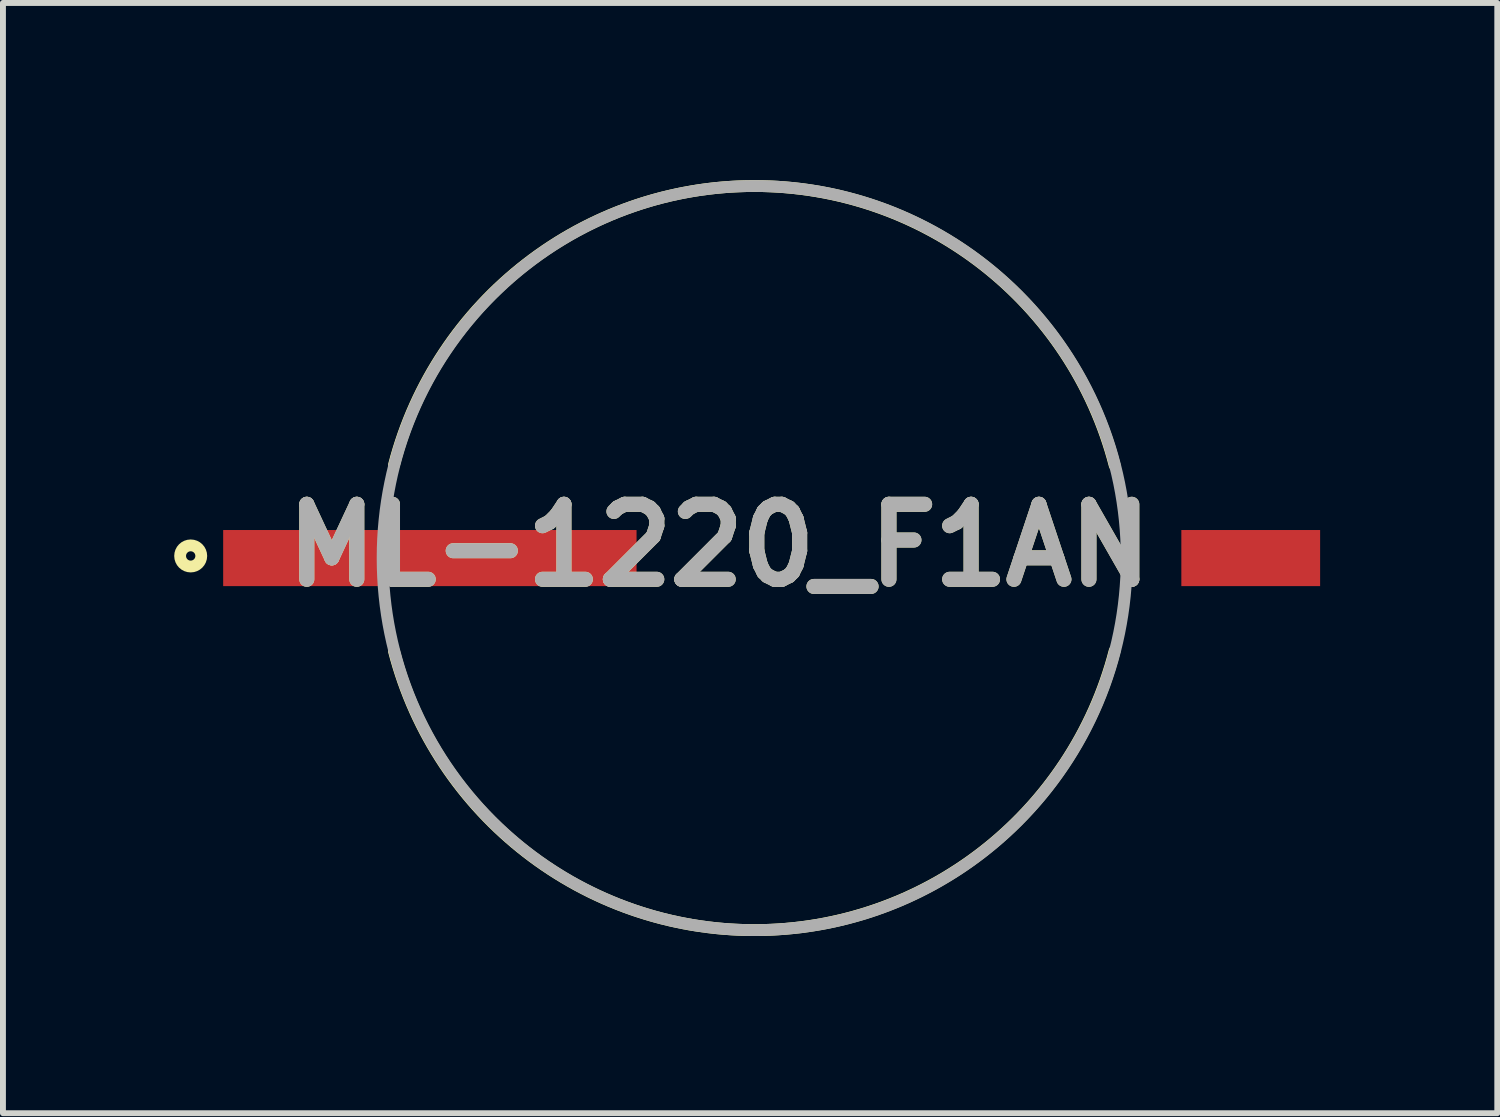
<source format=kicad_pcb>
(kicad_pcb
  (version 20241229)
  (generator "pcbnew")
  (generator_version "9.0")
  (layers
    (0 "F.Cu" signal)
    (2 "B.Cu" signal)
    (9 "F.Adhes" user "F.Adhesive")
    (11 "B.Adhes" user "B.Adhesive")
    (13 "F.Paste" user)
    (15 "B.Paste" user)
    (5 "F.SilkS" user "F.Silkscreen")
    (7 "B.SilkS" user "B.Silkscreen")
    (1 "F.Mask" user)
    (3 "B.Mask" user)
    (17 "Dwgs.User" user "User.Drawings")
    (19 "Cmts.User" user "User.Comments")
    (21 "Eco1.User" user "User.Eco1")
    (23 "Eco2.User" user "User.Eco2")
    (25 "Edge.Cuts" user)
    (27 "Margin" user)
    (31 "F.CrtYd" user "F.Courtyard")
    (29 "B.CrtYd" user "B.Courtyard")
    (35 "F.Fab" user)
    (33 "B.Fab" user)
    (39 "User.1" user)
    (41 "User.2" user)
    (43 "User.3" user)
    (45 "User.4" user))
  (footprint "ML-1220_F1AN"
    (layer "F.Cu")
    (at 9.729 6.4)
    (property "Reference" "ML-1220_F1AN" (at -0.599 -0.215 0) (layer "F.SilkS") (effects (font (size 1.27 1.27) (thickness 0.254))))
    (attr smd)
    (fp_arc (start -6.107 -1.578) (mid -0.004551 -6.300002) (end 6.094976 -1.574226) (stroke (width 0.2) (type solid)) (layer "F.SilkS"))
    (fp_arc (start 6.094976 1.574226) (mid -0.004551 6.300002) (end -6.107 1.578) (stroke (width 0.2) (type solid)) (layer "F.SilkS"))
    (fp_circle (center -9.55 -0.036) (end -9.55 0.043) (stroke (width 0.2) (type solid)) (fill no) (layer "F.SilkS"))
    (fp_circle (center 0 0) (end 0 6.3) (stroke (width 0.2) (type solid)) (fill no) (layer "F.Fab"))
    (fp_text user "${REFERENCE}" (at -0.599 -0.215 0) (layer "F.Fab") (effects (font (size 1.27 1.27) (thickness 0.254))))
    (pad "1" smd rect (at -5.5 0 90) (size 0.95 7) (layers "F.Cu" "F.Mask" "F.Paste"))
    (pad "2" smd rect (at 8.4 0 90) (size 0.95 2.35) (layers "F.Cu" "F.Mask" "F.Paste")))
  (gr_rect
    (start -3 -3)
    (end 22.304 15.8)
    (stroke (width 0.1) (type default))
    (fill no)
    (layer "Edge.Cuts")))
</source>
